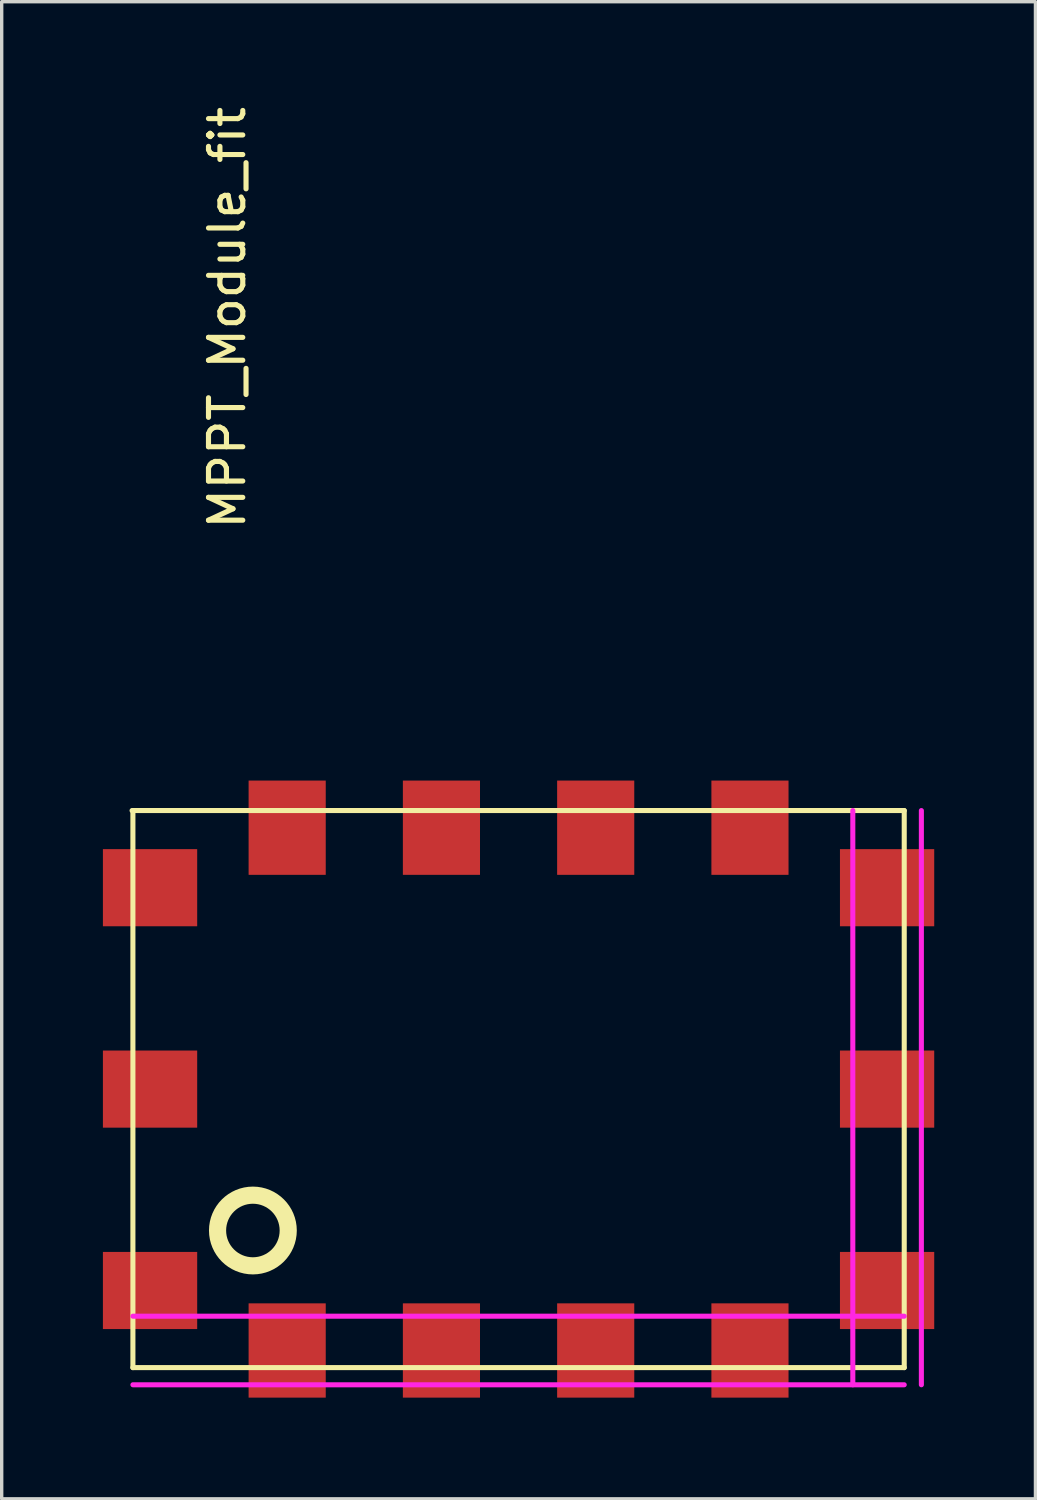
<source format=kicad_pcb>
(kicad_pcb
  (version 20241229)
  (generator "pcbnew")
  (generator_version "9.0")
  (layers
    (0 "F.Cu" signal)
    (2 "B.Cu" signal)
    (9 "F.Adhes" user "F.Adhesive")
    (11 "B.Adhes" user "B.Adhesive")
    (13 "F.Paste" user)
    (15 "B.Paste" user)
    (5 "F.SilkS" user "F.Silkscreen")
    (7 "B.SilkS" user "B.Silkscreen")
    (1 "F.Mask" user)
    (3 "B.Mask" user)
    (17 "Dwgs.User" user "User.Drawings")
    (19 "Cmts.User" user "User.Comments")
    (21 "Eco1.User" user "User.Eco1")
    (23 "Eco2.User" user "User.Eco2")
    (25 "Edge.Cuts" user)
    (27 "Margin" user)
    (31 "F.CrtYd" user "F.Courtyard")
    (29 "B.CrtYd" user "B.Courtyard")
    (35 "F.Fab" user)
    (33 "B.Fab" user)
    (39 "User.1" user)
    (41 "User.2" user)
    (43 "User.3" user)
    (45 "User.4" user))
  (footprint "MPPT_Module_fit"
    (layer "F.Cu")
    (at 0.889 20.973)
    (property "Reference" "MPPT_Module_fit" (at 2.794 -14.605 270) (layer "F.SilkS") (effects (font (size 1.016 1.016) (thickness 0.152))))
    (attr smd)
    (fp_line (start -0.025 0) (end 22.86 0) (stroke (width 0.15) (type solid)) (layer "F.SilkS"))
    (fp_line (start 0 16.51) (end 0 0) (stroke (width 0.15) (type solid)) (layer "F.SilkS"))
    (fp_line (start 22.86 0) (end 22.86 16.51) (stroke (width 0.15) (type solid)) (layer "F.SilkS"))
    (fp_line (start 22.86 16.51) (end 0 16.51) (stroke (width 0.15) (type solid)) (layer "F.SilkS"))
    (fp_circle (center 3.556 12.446) (end 4.572 12.7) (stroke (width 0.508) (type solid)) (fill no) (layer "F.SilkS"))
    (fp_line (start 21.336 17.018) (end 21.336 0) (stroke (width 0.15) (type solid)) (layer "F.CrtYd"))
    (fp_line (start 22.86 14.986) (end 0 14.986) (stroke (width 0.15) (type solid)) (layer "F.CrtYd"))
    (fp_line (start 22.86 17.018) (end 0 17.018) (stroke (width 0.15) (type solid)) (layer "F.CrtYd"))
    (fp_line (start 23.368 17.018) (end 23.368 0) (stroke (width 0.15) (type solid)) (layer "F.CrtYd"))
    (pad "1" smd rect (at 4.572 16.002 90) (size 2.794 2.286) (layers "F.Cu" "F.Mask" "F.Paste"))
    (pad "2" smd rect (at 9.144 16.002 90) (size 2.794 2.286) (layers "F.Cu" "F.Mask" "F.Paste"))
    (pad "3" smd rect (at 13.716 16.002 90) (size 2.794 2.286) (layers "F.Cu" "F.Mask" "F.Paste"))
    (pad "4" smd rect (at 18.288 16.002 270) (size 2.794 2.286) (layers "F.Cu" "F.Mask" "F.Paste"))
    (pad "5" smd rect (at 22.352 14.224 180) (size 2.794 2.286) (layers "F.Cu" "F.Mask" "F.Paste"))
    (pad "6" smd rect (at 22.352 8.255 180) (size 2.794 2.286) (layers "F.Cu" "F.Mask" "F.Paste"))
    (pad "7" smd rect (at 22.352 2.286 180) (size 2.794 2.286) (layers "F.Cu" "F.Mask" "F.Paste"))
    (pad "8" smd rect (at 18.288 0.508 270) (size 2.794 2.286) (layers "F.Cu" "F.Mask" "F.Paste"))
    (pad "9" smd rect (at 13.716 0.508 90) (size 2.794 2.286) (layers "F.Cu" "F.Mask" "F.Paste"))
    (pad "10" smd rect (at 9.144 0.508 90) (size 2.794 2.286) (layers "F.Cu" "F.Mask" "F.Paste"))
    (pad "11" smd rect (at 4.572 0.508 90) (size 2.794 2.286) (layers "F.Cu" "F.Mask" "F.Paste"))
    (pad "12" smd rect (at 0.508 2.286 180) (size 2.794 2.286) (layers "F.Cu" "F.Mask" "F.Paste"))
    (pad "13" smd rect (at 0.508 8.255 180) (size 2.794 2.286) (layers "F.Cu" "F.Mask" "F.Paste"))
    (pad "14" smd rect (at 0.508 14.224 180) (size 2.794 2.286) (layers "F.Cu" "F.Mask" "F.Paste")))
  (gr_rect
    (start -3 -3)
    (end 27.638 41.372)
    (stroke (width 0.1) (type default))
    (fill no)
    (layer "Edge.Cuts")))
</source>
